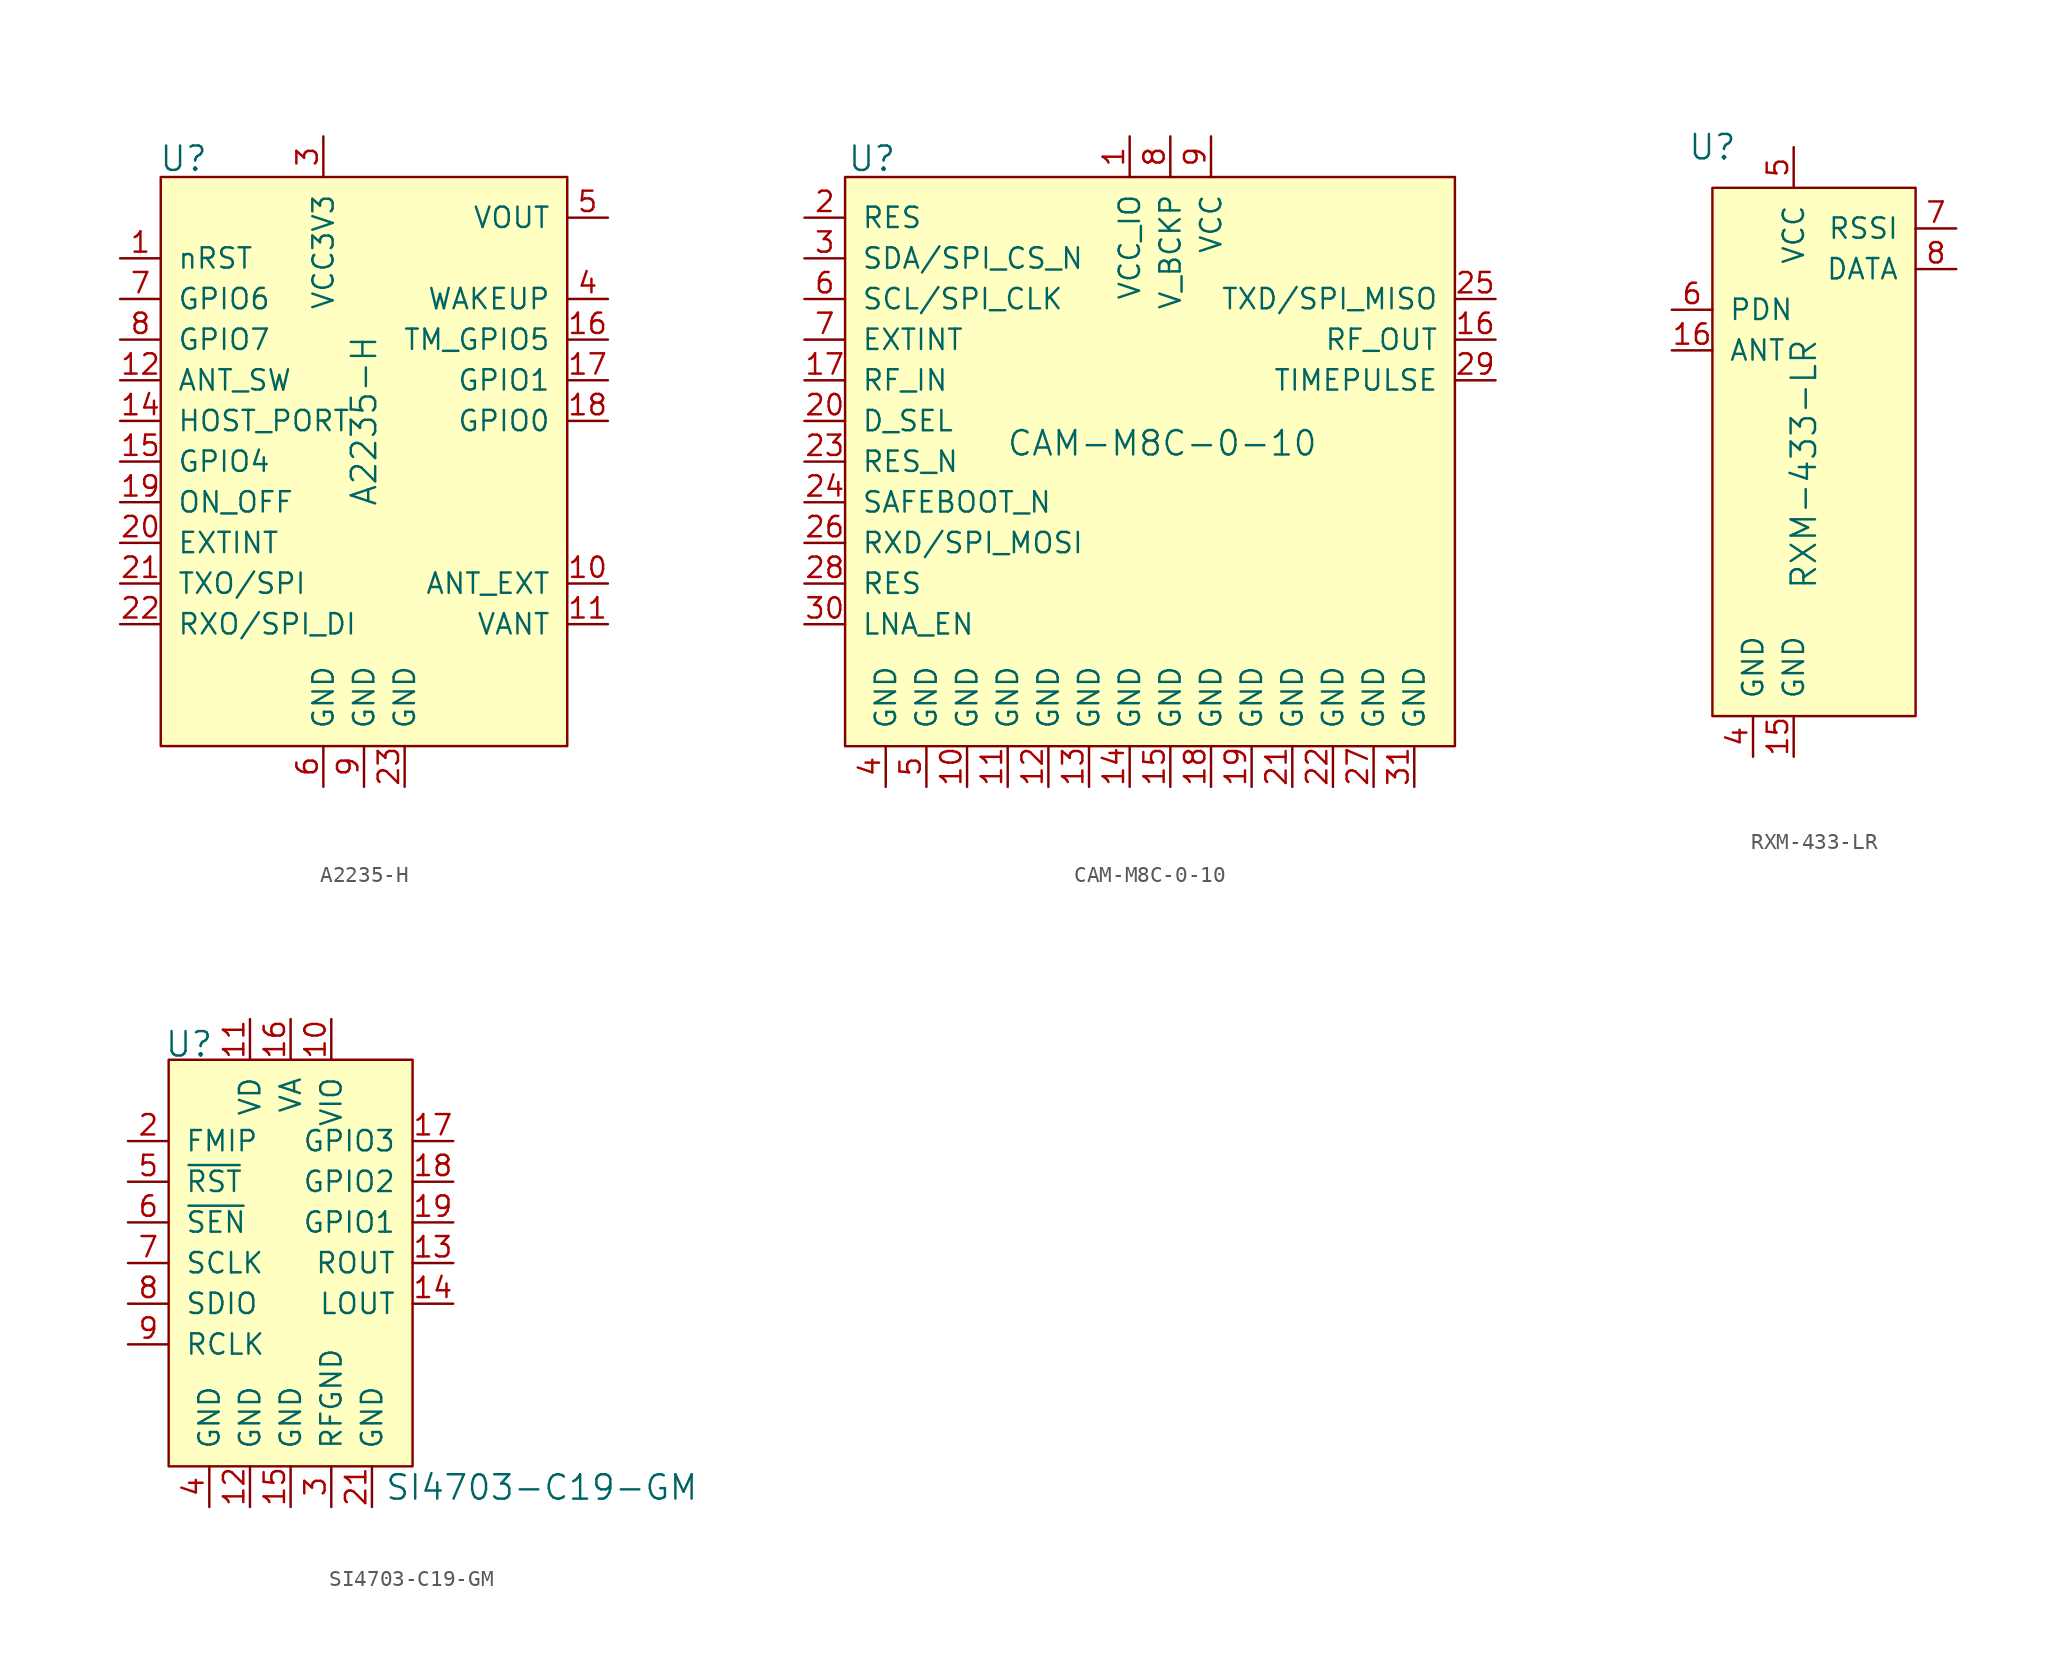
<source format=kicad_sym>
(kicad_symbol_lib
  (version 20201005)
  (generator kicad_symbol_editor)
  (symbol "A2235-H"
    (pin_names
      (offset 1.016))
    (property "Reference" "U"
      (at -10.287 11.303 0)
      (effects (font (size 1.524 1.524)) (justify left)))
    (property "Value" "A2235-H"
      (at 2.54 -5.08 90)
      (effects (font (size 1.524 1.524))))
    (symbol "A2235-H_0_1"
      (rectangle (start -10.16 10.16) (end 15.24 -25.4) (stroke (width 0)) (fill (type background))))
    (symbol "A2235-H_1_1"
      (pin input line (at -12.7 5.08 0) (length 2.54) (name "nRST" (effects (font (size 1.27 1.27)))) (number "1" (effects (font (size 1.27 1.27)))))
      (pin no_connect line (at 15.24 -7.62 180) (length 2.54) hide (name "GPIO3" (effects (font (size 1.27 1.27)))) (number "2" (effects (font (size 1.27 1.27)))))
      (pin power_in line (at 0 12.7 270) (length 2.54) (name "VCC3V3" (effects (font (size 1.27 1.27)))) (number "3" (effects (font (size 1.27 1.27)))))
      (pin output line (at 17.78 2.54 180) (length 2.54) (name "WAKEUP" (effects (font (size 1.27 1.27)))) (number "4" (effects (font (size 1.27 1.27)))))
      (pin power_out line (at 17.78 7.62 180) (length 2.54) (name "VOUT" (effects (font (size 1.27 1.27)))) (number "5" (effects (font (size 1.27 1.27)))))
      (pin power_in line (at 0 -27.94 90) (length 2.54) (name "GND" (effects (font (size 1.27 1.27)))) (number "6" (effects (font (size 1.27 1.27)))))
      (pin input line (at -12.7 2.54 0) (length 2.54) (name "GPIO6" (effects (font (size 1.27 1.27)))) (number "7" (effects (font (size 1.27 1.27)))))
      (pin input line (at -12.7 0 0) (length 2.54) (name "GPIO7" (effects (font (size 1.27 1.27)))) (number "8" (effects (font (size 1.27 1.27)))))
      (pin power_in line (at 2.54 -27.94 90) (length 2.54) (name "GND" (effects (font (size 1.27 1.27)))) (number "9" (effects (font (size 1.27 1.27)))))
      (pin passive line (at 17.78 -15.24 180) (length 2.54) (name "ANT_EXT" (effects (font (size 1.27 1.27)))) (number "10" (effects (font (size 1.27 1.27)))))
      (pin input line (at -12.7 -12.7 0) (length 2.54) (name "EXTINT" (effects (font (size 1.27 1.27)))) (number "20" (effects (font (size 1.27 1.27)))))
      (pin bidirectional line (at 17.78 -17.78 180) (length 2.54) (name "VANT" (effects (font (size 1.27 1.27)))) (number "11" (effects (font (size 1.27 1.27)))))
      (pin output line (at -12.7 -15.24 0) (length 2.54) (name "TXO/SPI" (effects (font (size 1.27 1.27)))) (number "21" (effects (font (size 1.27 1.27)))))
      (pin input line (at -12.7 -2.54 0) (length 2.54) (name "ANT_SW" (effects (font (size 1.27 1.27)))) (number "12" (effects (font (size 1.27 1.27)))))
      (pin input line (at -12.7 -17.78 0) (length 2.54) (name "RXO/SPI_DI" (effects (font (size 1.27 1.27)))) (number "22" (effects (font (size 1.27 1.27)))))
      (pin no_connect line (at 15.24 -10.16 180) (length 2.54) hide (name "GPIO2" (effects (font (size 1.27 1.27)))) (number "13" (effects (font (size 1.27 1.27)))))
      (pin power_in line (at 5.08 -27.94 90) (length 2.54) (name "GND" (effects (font (size 1.27 1.27)))) (number "23" (effects (font (size 1.27 1.27)))))
      (pin input line (at -12.7 -5.08 0) (length 2.54) (name "HOST_PORT" (effects (font (size 1.27 1.27)))) (number "14" (effects (font (size 1.27 1.27)))))
      (pin input line (at -12.7 -7.62 0) (length 2.54) (name "GPIO4" (effects (font (size 1.27 1.27)))) (number "15" (effects (font (size 1.27 1.27)))))
      (pin output line (at 17.78 0 180) (length 2.54) (name "TM_GPIO5" (effects (font (size 1.27 1.27)))) (number "16" (effects (font (size 1.27 1.27)))))
      (pin bidirectional line (at 17.78 -2.54 180) (length 2.54) (name "GPIO1" (effects (font (size 1.27 1.27)))) (number "17" (effects (font (size 1.27 1.27)))))
      (pin bidirectional line (at 17.78 -5.08 180) (length 2.54) (name "GPIO0" (effects (font (size 1.27 1.27)))) (number "18" (effects (font (size 1.27 1.27)))))
      (pin input line (at -12.7 -10.16 0) (length 2.54) (name "ON_OFF" (effects (font (size 1.27 1.27)))) (number "19" (effects (font (size 1.27 1.27)))))))
  (symbol "CAM-M8C-0-10"
    (pin_names
      (offset 1.016))
    (property "Reference" "U"
      (at -17.653 13.843 0)
      (effects (font (size 1.524 1.524)) (justify left)))
    (property "Value" "CAM-M8C-0-10"
      (at 2.032 -3.937 0)
      (effects (font (size 1.524 1.524))))
    (symbol "CAM-M8C-0-10_0_1"
      (rectangle (start -17.78 12.7) (end 20.32 -22.86) (stroke (width 0)) (fill (type background))))
    (symbol "CAM-M8C-0-10_1_1"
      (pin power_in line (at 0 15.24 270) (length 2.54) (name "VCC_IO" (effects (font (size 1.27 1.27)))) (number "1" (effects (font (size 1.27 1.27)))))
      (pin power_in line (at -10.16 -25.4 90) (length 2.54) (name "GND" (effects (font (size 1.27 1.27)))) (number "10" (effects (font (size 1.27 1.27)))))
      (pin power_in line (at -7.62 -25.4 90) (length 2.54) (name "GND" (effects (font (size 1.27 1.27)))) (number "11" (effects (font (size 1.27 1.27)))))
      (pin power_in line (at -5.08 -25.4 90) (length 2.54) (name "GND" (effects (font (size 1.27 1.27)))) (number "12" (effects (font (size 1.27 1.27)))))
      (pin power_in line (at -2.54 -25.4 90) (length 2.54) (name "GND" (effects (font (size 1.27 1.27)))) (number "13" (effects (font (size 1.27 1.27)))))
      (pin power_in line (at 0 -25.4 90) (length 2.54) (name "GND" (effects (font (size 1.27 1.27)))) (number "14" (effects (font (size 1.27 1.27)))))
      (pin power_in line (at 2.54 -25.4 90) (length 2.54) (name "GND" (effects (font (size 1.27 1.27)))) (number "15" (effects (font (size 1.27 1.27)))))
      (pin output line (at 22.86 2.54 180) (length 2.54) (name "RF_OUT" (effects (font (size 1.27 1.27)))) (number "16" (effects (font (size 1.27 1.27)))))
      (pin input line (at -20.32 0 0) (length 2.54) (name "RF_IN" (effects (font (size 1.27 1.27)))) (number "17" (effects (font (size 1.27 1.27)))))
      (pin power_in line (at 5.08 -25.4 90) (length 2.54) (name "GND" (effects (font (size 1.27 1.27)))) (number "18" (effects (font (size 1.27 1.27)))))
      (pin power_in line (at 7.62 -25.4 90) (length 2.54) (name "GND" (effects (font (size 1.27 1.27)))) (number "19" (effects (font (size 1.27 1.27)))))
      (pin input line (at -20.32 10.16 0) (length 2.54) (name "RES" (effects (font (size 1.27 1.27)))) (number "2" (effects (font (size 1.27 1.27)))))
      (pin input line (at -20.32 -2.54 0) (length 2.54) (name "D_SEL" (effects (font (size 1.27 1.27)))) (number "20" (effects (font (size 1.27 1.27)))))
      (pin power_in line (at 10.16 -25.4 90) (length 2.54) (name "GND" (effects (font (size 1.27 1.27)))) (number "21" (effects (font (size 1.27 1.27)))))
      (pin power_in line (at 12.7 -25.4 90) (length 2.54) (name "GND" (effects (font (size 1.27 1.27)))) (number "22" (effects (font (size 1.27 1.27)))))
      (pin input line (at -20.32 -5.08 0) (length 2.54) (name "RES_N" (effects (font (size 1.27 1.27)))) (number "23" (effects (font (size 1.27 1.27)))))
      (pin input line (at -20.32 -7.62 0) (length 2.54) (name "SAFEBOOT_N" (effects (font (size 1.27 1.27)))) (number "24" (effects (font (size 1.27 1.27)))))
      (pin output line (at 22.86 5.08 180) (length 2.54) (name "TXD/SPI_MISO" (effects (font (size 1.27 1.27)))) (number "25" (effects (font (size 1.27 1.27)))))
      (pin input line (at -20.32 -10.16 0) (length 2.54) (name "RXD/SPI_MOSI" (effects (font (size 1.27 1.27)))) (number "26" (effects (font (size 1.27 1.27)))))
      (pin power_in line (at 15.24 -25.4 90) (length 2.54) (name "GND" (effects (font (size 1.27 1.27)))) (number "27" (effects (font (size 1.27 1.27)))))
      (pin input line (at -20.32 -12.7 0) (length 2.54) (name "RES" (effects (font (size 1.27 1.27)))) (number "28" (effects (font (size 1.27 1.27)))))
      (pin output line (at 22.86 0 180) (length 2.54) (name "TIMEPULSE" (effects (font (size 1.27 1.27)))) (number "29" (effects (font (size 1.27 1.27)))))
      (pin bidirectional line (at -20.32 7.62 0) (length 2.54) (name "SDA/SPI_CS_N" (effects (font (size 1.27 1.27)))) (number "3" (effects (font (size 1.27 1.27)))))
      (pin input line (at -20.32 -15.24 0) (length 2.54) (name "LNA_EN" (effects (font (size 1.27 1.27)))) (number "30" (effects (font (size 1.27 1.27)))))
      (pin power_in line (at 17.78 -25.4 90) (length 2.54) (name "GND" (effects (font (size 1.27 1.27)))) (number "31" (effects (font (size 1.27 1.27)))))
      (pin power_in line (at -15.24 -25.4 90) (length 2.54) (name "GND" (effects (font (size 1.27 1.27)))) (number "4" (effects (font (size 1.27 1.27)))))
      (pin power_in line (at -12.7 -25.4 90) (length 2.54) (name "GND" (effects (font (size 1.27 1.27)))) (number "5" (effects (font (size 1.27 1.27)))))
      (pin bidirectional line (at -20.32 5.08 0) (length 2.54) (name "SCL/SPI_CLK" (effects (font (size 1.27 1.27)))) (number "6" (effects (font (size 1.27 1.27)))))
      (pin input line (at -20.32 2.54 0) (length 2.54) (name "EXTINT" (effects (font (size 1.27 1.27)))) (number "7" (effects (font (size 1.27 1.27)))))
      (pin power_in line (at 2.54 15.24 270) (length 2.54) (name "V_BCKP" (effects (font (size 1.27 1.27)))) (number "8" (effects (font (size 1.27 1.27)))))
      (pin power_in line (at 5.08 15.24 270) (length 2.54) (name "VCC" (effects (font (size 1.27 1.27)))) (number "9" (effects (font (size 1.27 1.27)))))))
  (symbol "RXM-433-LR"
    (pin_names
      (offset 1.016))
    (property "Reference" "U"
      (at -5.08 20.32 0)
      (effects (font (size 1.524 1.524))))
    (property "Value" "RXM-433-LR"
      (at 0.635 0.508 90)
      (effects (font (size 1.524 1.524))))
    (symbol "RXM-433-LR_1_1"
      (rectangle (start -5.08 17.78) (end 7.62 -15.24) (stroke (width 0)) (fill (type background)))
      (pin no_connect line (at 7.62 10.16 180) (length 2.54) hide (name "NC" (effects (font (size 1.27 1.27)))) (number "1" (effects (font (size 1.27 1.27)))))
      (pin no_connect line (at 7.62 7.62 180) (length 2.54) hide (name "NC" (effects (font (size 1.27 1.27)))) (number "2" (effects (font (size 1.27 1.27)))))
      (pin no_connect line (at 7.62 5.08 180) (length 2.54) hide (name "NC" (effects (font (size 1.27 1.27)))) (number "3" (effects (font (size 1.27 1.27)))))
      (pin power_in line (at -2.54 -17.78 90) (length 2.54) (name "GND" (effects (font (size 1.27 1.27)))) (number "4" (effects (font (size 1.27 1.27)))))
      (pin power_in line (at 0 20.32 270) (length 2.54) (name "VCC" (effects (font (size 1.27 1.27)))) (number "5" (effects (font (size 1.27 1.27)))))
      (pin input line (at -7.62 10.16 0) (length 2.54) (name "PDN" (effects (font (size 1.27 1.27)))) (number "6" (effects (font (size 1.27 1.27)))))
      (pin output line (at 10.16 15.24 180) (length 2.54) (name "RSSI" (effects (font (size 1.27 1.27)))) (number "7" (effects (font (size 1.27 1.27)))))
      (pin output line (at 10.16 12.7 180) (length 2.54) (name "DATA" (effects (font (size 1.27 1.27)))) (number "8" (effects (font (size 1.27 1.27)))))
      (pin no_connect line (at 7.62 2.54 180) (length 2.54) hide (name "NC" (effects (font (size 1.27 1.27)))) (number "9" (effects (font (size 1.27 1.27)))))
      (pin no_connect line (at 7.62 0 180) (length 2.54) hide (name "NC" (effects (font (size 1.27 1.27)))) (number "10" (effects (font (size 1.27 1.27)))))
      (pin no_connect line (at 7.62 -2.54 180) (length 2.54) hide (name "NC" (effects (font (size 1.27 1.27)))) (number "11" (effects (font (size 1.27 1.27)))))
      (pin no_connect line (at 7.62 -5.08 180) (length 2.54) hide (name "NC" (effects (font (size 1.27 1.27)))) (number "12" (effects (font (size 1.27 1.27)))))
      (pin no_connect line (at 7.62 -7.62 180) (length 2.54) hide (name "NC" (effects (font (size 1.27 1.27)))) (number "13" (effects (font (size 1.27 1.27)))))
      (pin no_connect line (at 7.62 -10.16 180) (length 2.54) hide (name "NC" (effects (font (size 1.27 1.27)))) (number "14" (effects (font (size 1.27 1.27)))))
      (pin power_in line (at 0 -17.78 90) (length 2.54) (name "GND" (effects (font (size 1.27 1.27)))) (number "15" (effects (font (size 1.27 1.27)))))
      (pin input line (at -7.62 7.62 0) (length 2.54) (name "ANT" (effects (font (size 1.27 1.27)))) (number "16" (effects (font (size 1.27 1.27)))))))
  (symbol "SI4703-C19-GM"
    (pin_names
      (offset 1.016))
    (property "Reference" "U"
      (at -7.899 8.585 0)
      (effects (font (size 1.524 1.524)) (justify left)))
    (property "Value" "SI4703-C19-GM"
      (at 5.867 -19.101 0)
      (effects (font (size 1.524 1.524)) (justify left)))
    (symbol "SI4703-C19-GM_0_1"
      (rectangle (start -7.62 7.62) (end 7.62 -17.78) (stroke (width 0)) (fill (type background))))
    (symbol "SI4703-C19-GM_1_1"
      (pin no_connect line (at -7.62 -15.24 0) (length 2.54) hide (name "NC" (effects (font (size 1.27 1.27)))) (number "1" (effects (font (size 1.27 1.27)))))
      (pin input line (at -10.16 2.54 0) (length 2.54) (name "FMIP" (effects (font (size 1.27 1.27)))) (number "2" (effects (font (size 1.27 1.27)))))
      (pin power_in line (at 2.54 -20.32 90) (length 2.54) (name "RFGND" (effects (font (size 1.27 1.27)))) (number "3" (effects (font (size 1.27 1.27)))))
      (pin power_in line (at -5.08 -20.32 90) (length 2.54) (name "GND" (effects (font (size 1.27 1.27)))) (number "4" (effects (font (size 1.27 1.27)))))
      (pin input line (at -10.16 0 0) (length 2.54) (name "~RST" (effects (font (size 1.27 1.27)))) (number "5" (effects (font (size 1.27 1.27)))))
      (pin input line (at -10.16 -2.54 0) (length 2.54) (name "~SEN" (effects (font (size 1.27 1.27)))) (number "6" (effects (font (size 1.27 1.27)))))
      (pin input line (at -10.16 -5.08 0) (length 2.54) (name "SCLK" (effects (font (size 1.27 1.27)))) (number "7" (effects (font (size 1.27 1.27)))))
      (pin bidirectional line (at -10.16 -7.62 0) (length 2.54) (name "SDIO" (effects (font (size 1.27 1.27)))) (number "8" (effects (font (size 1.27 1.27)))))
      (pin input line (at -10.16 -10.16 0) (length 2.54) (name "RCLK" (effects (font (size 1.27 1.27)))) (number "9" (effects (font (size 1.27 1.27)))))
      (pin power_in line (at 2.54 10.16 270) (length 2.54) (name "VIO" (effects (font (size 1.27 1.27)))) (number "10" (effects (font (size 1.27 1.27)))))
      (pin no_connect line (at -7.62 -12.7 0) (length 2.54) hide (name "NC" (effects (font (size 1.27 1.27)))) (number "20" (effects (font (size 1.27 1.27)))))
      (pin power_in line (at -2.54 10.16 270) (length 2.54) (name "VD" (effects (font (size 1.27 1.27)))) (number "11" (effects (font (size 1.27 1.27)))))
      (pin power_in line (at 5.08 -20.32 90) (length 2.54) (name "GND" (effects (font (size 1.27 1.27)))) (number "21" (effects (font (size 1.27 1.27)))))
      (pin power_in line (at -2.54 -20.32 90) (length 2.54) (name "GND" (effects (font (size 1.27 1.27)))) (number "12" (effects (font (size 1.27 1.27)))))
      (pin output line (at 10.16 -5.08 180) (length 2.54) (name "ROUT" (effects (font (size 1.27 1.27)))) (number "13" (effects (font (size 1.27 1.27)))))
      (pin output line (at 10.16 -7.62 180) (length 2.54) (name "LOUT" (effects (font (size 1.27 1.27)))) (number "14" (effects (font (size 1.27 1.27)))))
      (pin power_in line (at 0 -20.32 90) (length 2.54) (name "GND" (effects (font (size 1.27 1.27)))) (number "15" (effects (font (size 1.27 1.27)))))
      (pin power_in line (at 0 10.16 270) (length 2.54) (name "VA" (effects (font (size 1.27 1.27)))) (number "16" (effects (font (size 1.27 1.27)))))
      (pin output line (at 10.16 2.54 180) (length 2.54) (name "GPIO3" (effects (font (size 1.27 1.27)))) (number "17" (effects (font (size 1.27 1.27)))))
      (pin output line (at 10.16 0 180) (length 2.54) (name "GPIO2" (effects (font (size 1.27 1.27)))) (number "18" (effects (font (size 1.27 1.27)))))
      (pin output line (at 10.16 -2.54 180) (length 2.54) (name "GPIO1" (effects (font (size 1.27 1.27)))) (number "19" (effects (font (size 1.27 1.27))))))))
</source>
